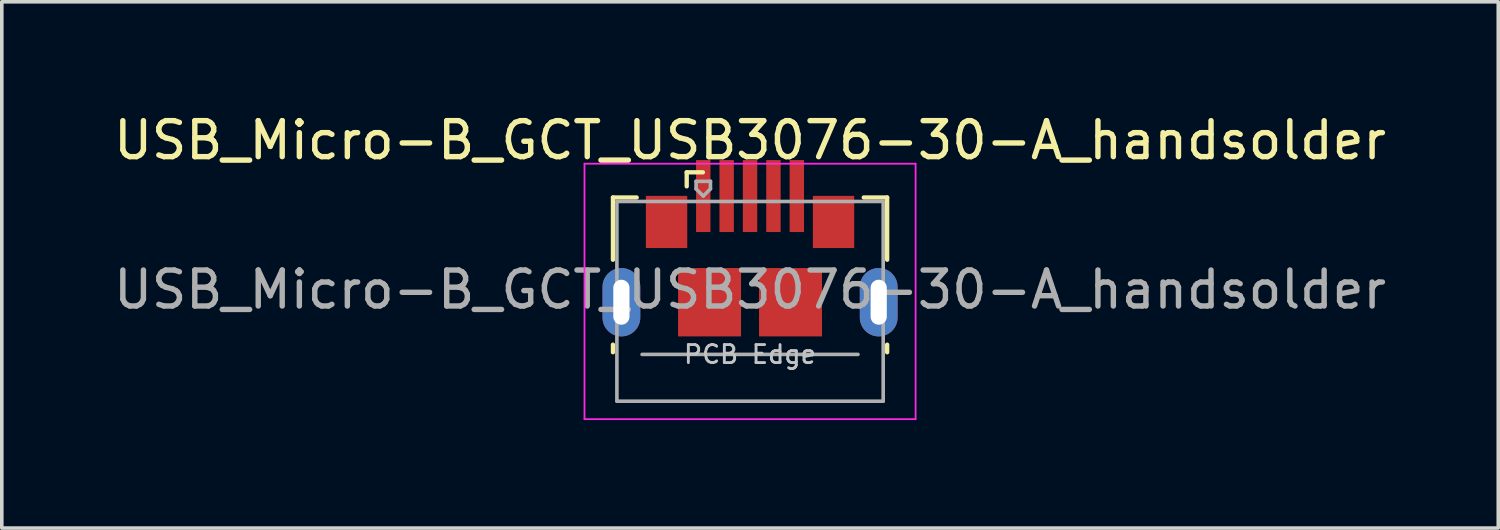
<source format=kicad_pcb>
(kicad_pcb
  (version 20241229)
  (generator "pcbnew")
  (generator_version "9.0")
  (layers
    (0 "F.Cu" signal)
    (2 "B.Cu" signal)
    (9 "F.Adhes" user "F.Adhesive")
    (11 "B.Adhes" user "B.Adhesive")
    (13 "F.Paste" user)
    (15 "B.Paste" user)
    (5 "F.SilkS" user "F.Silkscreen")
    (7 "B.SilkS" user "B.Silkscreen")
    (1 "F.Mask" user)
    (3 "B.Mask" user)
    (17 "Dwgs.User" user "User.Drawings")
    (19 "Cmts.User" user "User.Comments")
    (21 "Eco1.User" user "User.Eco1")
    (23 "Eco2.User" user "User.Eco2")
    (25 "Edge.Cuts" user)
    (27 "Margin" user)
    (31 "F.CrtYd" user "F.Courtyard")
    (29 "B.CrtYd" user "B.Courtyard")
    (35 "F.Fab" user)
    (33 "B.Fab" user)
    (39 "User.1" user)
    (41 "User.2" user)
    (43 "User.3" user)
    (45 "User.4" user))
  (footprint "USB_Micro-B_GCT_USB3076-30-A_handsolder"
    (layer "F.Cu")
    (at 17.792 4.148)
    (property "Reference" "USB_Micro-B_GCT_USB3076-30-A_handsolder" (at 0 -3.3 0) (layer "F.SilkS") (effects (font (size 1 1) (thickness 0.15))))
    (attr smd)
    (fp_line (start -3.81 -1.71) (end -3.15 -1.71) (stroke (width 0.12) (type solid)) (layer "F.SilkS"))
    (fp_line (start -3.81 0.02) (end -3.81 -1.71) (stroke (width 0.12) (type solid)) (layer "F.SilkS"))
    (fp_line (start -3.81 2.59) (end -3.81 2.38) (stroke (width 0.12) (type solid)) (layer "F.SilkS"))
    (fp_line (start -1.76 -2.41) (end -1.76 -2.02) (stroke (width 0.12) (type solid)) (layer "F.SilkS"))
    (fp_line (start -1.76 -2.41) (end -1.31 -2.41) (stroke (width 0.12) (type solid)) (layer "F.SilkS"))
    (fp_line (start 3.81 -1.71) (end 3.16 -1.71) (stroke (width 0.12) (type solid)) (layer "F.SilkS"))
    (fp_line (start 3.81 0.02) (end 3.81 -1.71) (stroke (width 0.12) (type solid)) (layer "F.SilkS"))
    (fp_line (start 3.81 2.59) (end 3.81 2.38) (stroke (width 0.12) (type solid)) (layer "F.SilkS"))
    (fp_line (start -4.6 -2.65) (end 4.6 -2.65) (stroke (width 0.05) (type solid)) (layer "F.CrtYd"))
    (fp_line (start -4.6 4.45) (end -4.6 -2.65) (stroke (width 0.05) (type solid)) (layer "F.CrtYd"))
    (fp_line (start -4.6 4.45) (end 4.6 4.45) (stroke (width 0.05) (type solid)) (layer "F.CrtYd"))
    (fp_line (start 4.6 -2.65) (end 4.6 4.45) (stroke (width 0.05) (type solid)) (layer "F.CrtYd"))
    (fp_line (start -3.7 -1.6) (end 3.7 -1.6) (stroke (width 0.1) (type solid)) (layer "F.Fab"))
    (fp_line (start -3.7 3.95) (end -3.7 -1.6) (stroke (width 0.1) (type solid)) (layer "F.Fab"))
    (fp_line (start -3.7 3.95) (end 3.7 3.95) (stroke (width 0.1) (type solid)) (layer "F.Fab"))
    (fp_line (start -3 2.65) (end 3 2.65) (stroke (width 0.1) (type solid)) (layer "F.Fab"))
    (fp_line (start -1.5 -2.16) (end -1.5 -1.95) (stroke (width 0.1) (type solid)) (layer "F.Fab"))
    (fp_line (start -1.5 -2.16) (end -1.1 -2.16) (stroke (width 0.1) (type solid)) (layer "F.Fab"))
    (fp_line (start -1.3 -1.75) (end -1.5 -1.95) (stroke (width 0.1) (type solid)) (layer "F.Fab"))
    (fp_line (start -1.1 -2.16) (end -1.1 -1.95) (stroke (width 0.1) (type solid)) (layer "F.Fab"))
    (fp_line (start -1.1 -1.95) (end -1.3 -1.75) (stroke (width 0.1) (type solid)) (layer "F.Fab"))
    (fp_line (start 3.7 3.95) (end 3.7 -1.6) (stroke (width 0.1) (type solid)) (layer "F.Fab"))
    (fp_text user "PCB Edge" (at 0 2.65 0) (layer "Dwgs.User") (effects (font (size 0.5 0.5) (thickness 0.08))))
    (fp_text user "${REFERENCE}" (at 0 0.85 0) (layer "F.Fab") (effects (font (size 1 1) (thickness 0.15))))
    (pad "1" smd rect (at -1.3 -1.75) (size 0.4 2) (layers "F.Cu" "F.Mask" "F.Paste"))
    (pad "2" smd rect (at -0.65 -1.75) (size 0.4 2) (layers "F.Cu" "F.Mask" "F.Paste"))
    (pad "3" smd rect (at 0 -1.75) (size 0.4 2) (layers "F.Cu" "F.Mask" "F.Paste"))
    (pad "4" smd rect (at 0.65 -1.75) (size 0.4 2) (layers "F.Cu" "F.Mask" "F.Paste"))
    (pad "5" smd rect (at 1.3 -1.75) (size 0.4 2) (layers "F.Cu" "F.Mask" "F.Paste"))
    (pad "6" thru_hole oval (at -3.575 1.2 180) (size 1.05 1.9) (drill oval 0.45 1.25) (layers "*.Cu" "*.Mask"))
    (pad "6" smd rect (at -2.32 -1.03) (size 1.15 1.45) (layers "F.Cu" "F.Mask" "F.Paste"))
    (pad "6" smd rect (at -1.125 1.2) (size 1.75 1.9) (layers "F.Cu" "F.Mask" "F.Paste"))
    (pad "6" smd rect (at 1.125 1.2) (size 1.75 1.9) (layers "F.Cu" "F.Mask" "F.Paste"))
    (pad "6" smd rect (at 2.32 -1.03) (size 1.15 1.45) (layers "F.Cu" "F.Mask" "F.Paste"))
    (pad "6" thru_hole oval (at 3.575 1.2) (size 1.05 1.9) (drill oval 0.45 1.25) (layers "*.Cu" "*.Mask")))
  (gr_rect
    (start -3 -3)
    (end 38.583 11.623)
    (stroke (width 0.1) (type default))
    (fill no)
    (layer "Edge.Cuts")))
</source>
